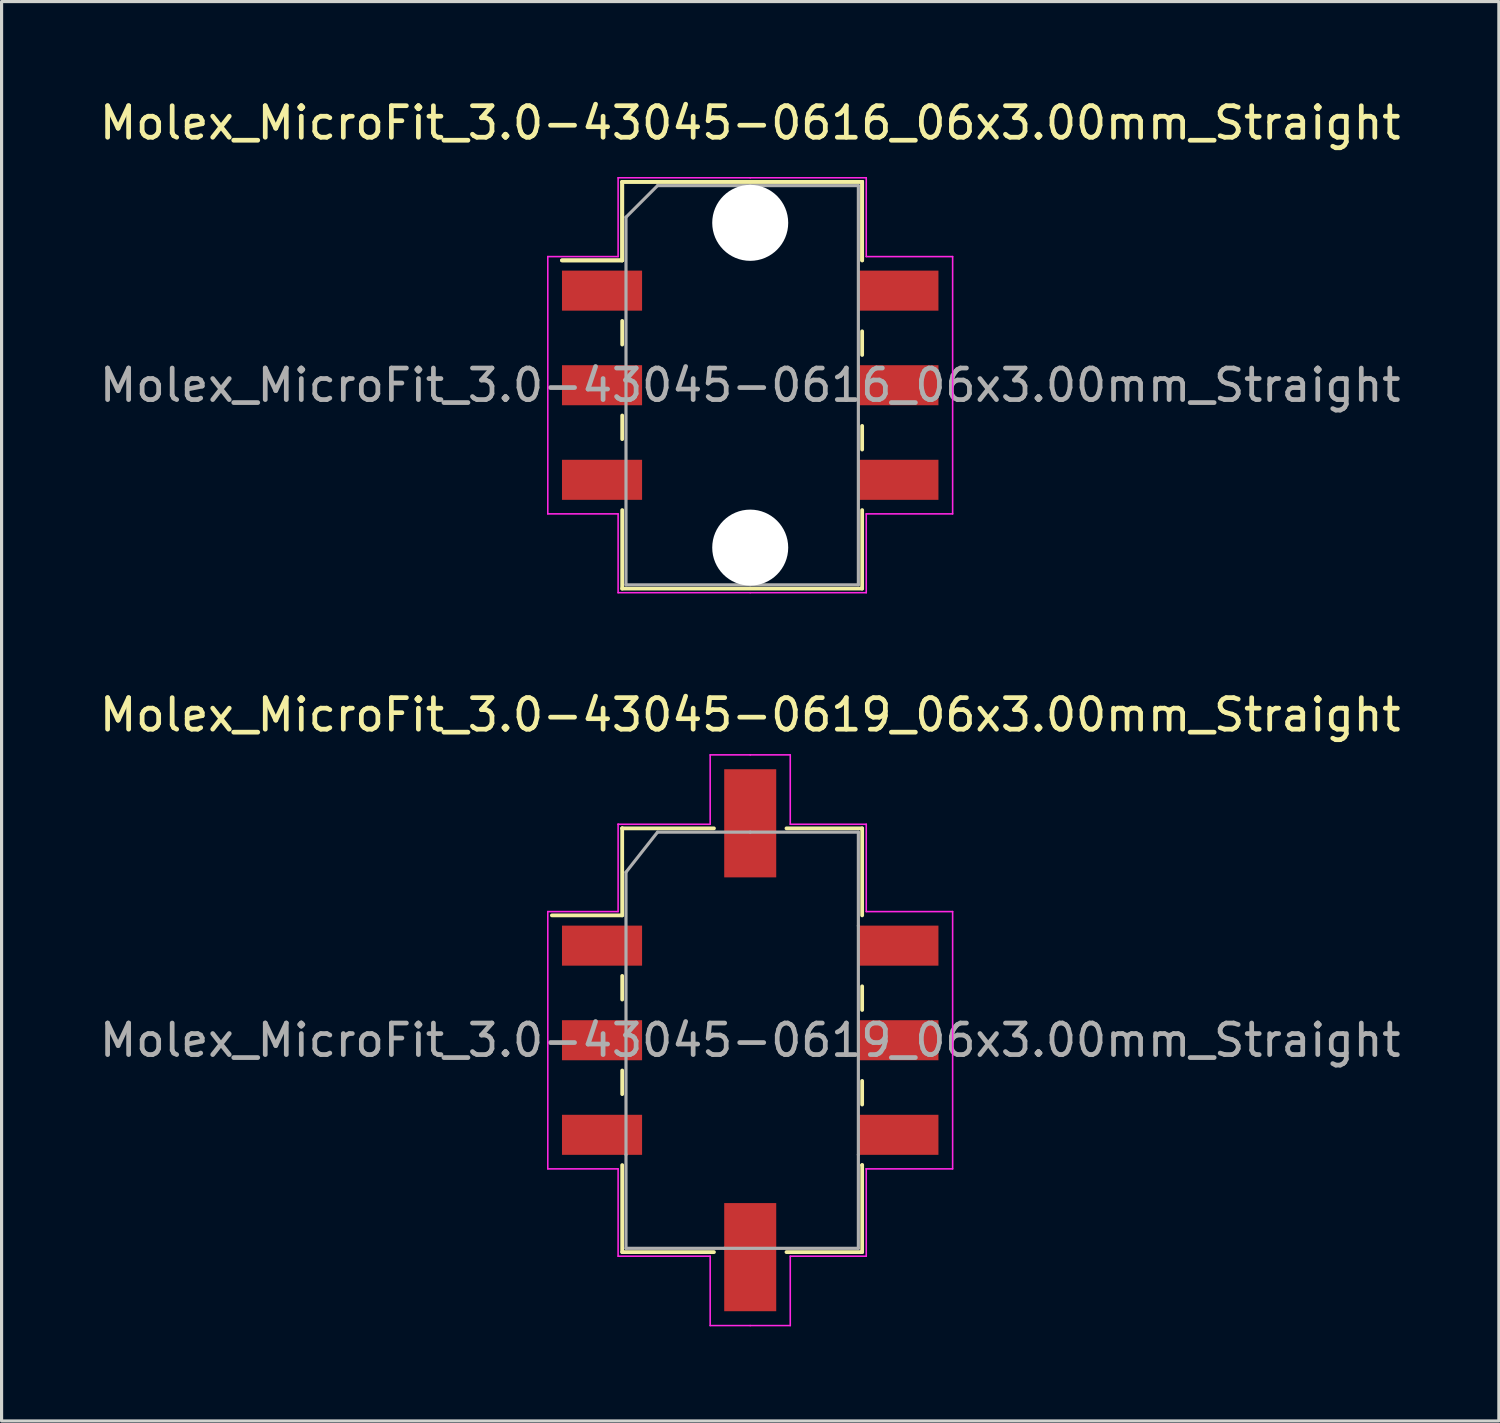
<source format=kicad_pcb>
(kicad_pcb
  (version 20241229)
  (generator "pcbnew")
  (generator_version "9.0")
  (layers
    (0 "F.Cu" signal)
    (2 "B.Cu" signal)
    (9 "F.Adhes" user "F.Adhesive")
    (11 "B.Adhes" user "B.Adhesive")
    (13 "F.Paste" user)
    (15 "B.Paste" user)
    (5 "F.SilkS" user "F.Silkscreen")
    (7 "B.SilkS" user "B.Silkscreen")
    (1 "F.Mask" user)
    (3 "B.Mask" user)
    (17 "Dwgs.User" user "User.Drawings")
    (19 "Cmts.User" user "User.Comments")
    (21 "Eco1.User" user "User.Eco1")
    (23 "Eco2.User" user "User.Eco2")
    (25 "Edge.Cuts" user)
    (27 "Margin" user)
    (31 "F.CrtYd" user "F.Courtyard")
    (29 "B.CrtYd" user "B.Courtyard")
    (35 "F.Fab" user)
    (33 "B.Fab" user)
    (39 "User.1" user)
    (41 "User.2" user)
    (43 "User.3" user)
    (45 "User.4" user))
  (footprint "Molex_MicroFit_3.0-43045-0619_06x3.00mm_Straight"
    (layer "F.Cu")
    (at 20.744 29.942)
    (property "Reference" "Molex_MicroFit_3.0-43045-0619_06x3.00mm_Straight" (at 0 -10.32 0) (layer "F.SilkS") (effects (font (size 1 1) (thickness 0.15))))
    (attr smd)
    (fp_line (start -6.29 -3.96) (end -4.06 -3.96) (stroke (width 0.12) (type solid)) (layer "F.SilkS"))
    (fp_line (start -4.06 -6.72) (end -4.06 -6.72) (stroke (width 0.12) (type solid)) (layer "F.SilkS"))
    (fp_line (start -4.06 -6.72) (end -1.15 -6.72) (stroke (width 0.12) (type solid)) (layer "F.SilkS"))
    (fp_line (start -4.06 -3.96) (end -4.06 -6.72) (stroke (width 0.12) (type solid)) (layer "F.SilkS"))
    (fp_line (start -4.06 -2.04) (end -4.06 -1.29) (stroke (width 0.12) (type solid)) (layer "F.SilkS"))
    (fp_line (start -4.06 0.96) (end -4.06 1.71) (stroke (width 0.12) (type solid)) (layer "F.SilkS"))
    (fp_line (start -4.06 6.72) (end -4.06 3.96) (stroke (width 0.12) (type solid)) (layer "F.SilkS"))
    (fp_line (start -1.15 6.72) (end -4.06 6.72) (stroke (width 0.12) (type solid)) (layer "F.SilkS"))
    (fp_line (start 1.15 -6.72) (end 3.55 -6.72) (stroke (width 0.12) (type solid)) (layer "F.SilkS"))
    (fp_line (start 3.55 -6.72) (end 3.55 -3.96) (stroke (width 0.12) (type solid)) (layer "F.SilkS"))
    (fp_line (start 3.55 -0.96) (end 3.55 -1.71) (stroke (width 0.12) (type solid)) (layer "F.SilkS"))
    (fp_line (start 3.55 2.04) (end 3.55 1.29) (stroke (width 0.12) (type solid)) (layer "F.SilkS"))
    (fp_line (start 3.55 3.96) (end 3.55 3.96) (stroke (width 0.12) (type solid)) (layer "F.SilkS"))
    (fp_line (start 3.55 3.96) (end 3.55 6.72) (stroke (width 0.12) (type solid)) (layer "F.SilkS"))
    (fp_line (start 3.55 6.72) (end 1.15 6.72) (stroke (width 0.12) (type solid)) (layer "F.SilkS"))
    (fp_line (start -6.42 -4.08) (end -4.19 -4.08) (stroke (width 0.05) (type solid)) (layer "F.CrtYd"))
    (fp_line (start -6.42 4.08) (end -6.42 -4.08) (stroke (width 0.05) (type solid)) (layer "F.CrtYd"))
    (fp_line (start -4.19 -6.85) (end -4.19 -6.85) (stroke (width 0.05) (type solid)) (layer "F.CrtYd"))
    (fp_line (start -4.19 -6.85) (end -1.27 -6.85) (stroke (width 0.05) (type solid)) (layer "F.CrtYd"))
    (fp_line (start -4.19 -4.08) (end -4.19 -6.85) (stroke (width 0.05) (type solid)) (layer "F.CrtYd"))
    (fp_line (start -4.19 4.08) (end -6.42 4.08) (stroke (width 0.05) (type solid)) (layer "F.CrtYd"))
    (fp_line (start -4.19 6.85) (end -4.19 4.08) (stroke (width 0.05) (type solid)) (layer "F.CrtYd"))
    (fp_line (start -1.27 -9.05) (end 0 -9.05) (stroke (width 0.05) (type solid)) (layer "F.CrtYd"))
    (fp_line (start -1.27 -6.85) (end -1.27 -9.05) (stroke (width 0.05) (type solid)) (layer "F.CrtYd"))
    (fp_line (start -1.27 6.85) (end -4.19 6.85) (stroke (width 0.05) (type solid)) (layer "F.CrtYd"))
    (fp_line (start -1.27 9.05) (end -1.27 6.85) (stroke (width 0.05) (type solid)) (layer "F.CrtYd"))
    (fp_line (start 0 -9.05) (end 1.27 -9.05) (stroke (width 0.05) (type solid)) (layer "F.CrtYd"))
    (fp_line (start 0 9.05) (end -1.27 9.05) (stroke (width 0.05) (type solid)) (layer "F.CrtYd"))
    (fp_line (start 1.27 -9.05) (end 1.27 -6.85) (stroke (width 0.05) (type solid)) (layer "F.CrtYd"))
    (fp_line (start 1.27 -6.85) (end 3.68 -6.85) (stroke (width 0.05) (type solid)) (layer "F.CrtYd"))
    (fp_line (start 1.27 6.85) (end 1.27 9.05) (stroke (width 0.05) (type solid)) (layer "F.CrtYd"))
    (fp_line (start 1.27 9.05) (end 0 9.05) (stroke (width 0.05) (type solid)) (layer "F.CrtYd"))
    (fp_line (start 3.68 -6.85) (end 3.68 -4.08) (stroke (width 0.05) (type solid)) (layer "F.CrtYd"))
    (fp_line (start 3.68 -4.08) (end 6.42 -4.08) (stroke (width 0.05) (type solid)) (layer "F.CrtYd"))
    (fp_line (start 3.68 4.08) (end 3.68 4.08) (stroke (width 0.05) (type solid)) (layer "F.CrtYd"))
    (fp_line (start 3.68 4.08) (end 3.68 6.85) (stroke (width 0.05) (type solid)) (layer "F.CrtYd"))
    (fp_line (start 3.68 6.85) (end 1.27 6.85) (stroke (width 0.05) (type solid)) (layer "F.CrtYd"))
    (fp_line (start 6.42 -4.08) (end 6.42 4.08) (stroke (width 0.05) (type solid)) (layer "F.CrtYd"))
    (fp_line (start 6.42 4.08) (end 3.68 4.08) (stroke (width 0.05) (type solid)) (layer "F.CrtYd"))
    (fp_line (start -3.94 -5.33) (end -2.94 -6.6) (stroke (width 0.1) (type solid)) (layer "F.Fab"))
    (fp_line (start -3.94 3.63) (end -3.94 -5.33) (stroke (width 0.1) (type solid)) (layer "F.Fab"))
    (fp_line (start -3.94 6.6) (end -3.94 3.63) (stroke (width 0.1) (type solid)) (layer "F.Fab"))
    (fp_line (start -2.94 -6.6) (end 0 -6.6) (stroke (width 0.1) (type solid)) (layer "F.Fab"))
    (fp_line (start -0.82 6.6) (end -3.94 6.6) (stroke (width 0.1) (type solid)) (layer "F.Fab"))
    (fp_line (start 0 -6.6) (end 3.43 -6.6) (stroke (width 0.1) (type solid)) (layer "F.Fab"))
    (fp_line (start 3.43 -6.6) (end 3.43 -3.63) (stroke (width 0.1) (type solid)) (layer "F.Fab"))
    (fp_line (start 3.43 -3.63) (end 3.43 3.63) (stroke (width 0.1) (type solid)) (layer "F.Fab"))
    (fp_line (start 3.43 3.63) (end 3.43 6.6) (stroke (width 0.1) (type solid)) (layer "F.Fab"))
    (fp_line (start 3.43 6.6) (end -0.82 6.6) (stroke (width 0.1) (type solid)) (layer "F.Fab"))
    (fp_text user "${REFERENCE}" (at 0 0 0) (layer "F.Fab") (effects (font (size 1 1) (thickness 0.15))))
    (pad "" smd rect (at 0 -6.88) (size 1.65 3.43) (layers "F.Cu" "F.Mask" "F.Paste"))
    (pad "" smd rect (at 0 6.88) (size 1.65 3.43) (layers "F.Cu" "F.Mask" "F.Paste"))
    (pad "1" smd rect (at -4.7 -3) (size 2.54 1.27) (layers "F.Cu" "F.Mask" "F.Paste"))
    (pad "2" smd rect (at -4.7 0) (size 2.54 1.27) (layers "F.Cu" "F.Mask" "F.Paste"))
    (pad "3" smd rect (at -4.7 3) (size 2.54 1.27) (layers "F.Cu" "F.Mask" "F.Paste"))
    (pad "4" smd rect (at 4.7 3) (size 2.54 1.27) (layers "F.Cu" "F.Mask" "F.Paste"))
    (pad "5" smd rect (at 4.7 0) (size 2.54 1.27) (layers "F.Cu" "F.Mask" "F.Paste"))
    (pad "6" smd rect (at 4.7 -3) (size 2.54 1.27) (layers "F.Cu" "F.Mask" "F.Paste")))
  (footprint "Molex_MicroFit_3.0-43045-0616_06x3.00mm_Straight"
    (layer "F.Cu")
    (at 20.744 9.168)
    (property "Reference" "Molex_MicroFit_3.0-43045-0616_06x3.00mm_Straight" (at 0 -8.32 0) (layer "F.SilkS") (effects (font (size 1 1) (thickness 0.15))))
    (attr smd)
    (fp_line (start -5.97 -3.96) (end -4.06 -3.96) (stroke (width 0.12) (type solid)) (layer "F.SilkS"))
    (fp_line (start -5.97 -3.96) (end -4.06 -3.96) (stroke (width 0.12) (type solid)) (layer "F.SilkS"))
    (fp_line (start -4.06 -6.45) (end 3.55 -6.45) (stroke (width 0.12) (type solid)) (layer "F.SilkS"))
    (fp_line (start -4.06 -6.45) (end 3.55 -6.45) (stroke (width 0.12) (type solid)) (layer "F.SilkS"))
    (fp_line (start -4.06 -3.96) (end -4.06 -6.45) (stroke (width 0.12) (type solid)) (layer "F.SilkS"))
    (fp_line (start -4.06 -3.96) (end -4.06 -6.45) (stroke (width 0.12) (type solid)) (layer "F.SilkS"))
    (fp_line (start -4.06 -2.04) (end -4.06 -1.29) (stroke (width 0.12) (type solid)) (layer "F.SilkS"))
    (fp_line (start -4.06 0.96) (end -4.06 1.71) (stroke (width 0.12) (type solid)) (layer "F.SilkS"))
    (fp_line (start -4.06 6.45) (end -4.06 3.96) (stroke (width 0.12) (type solid)) (layer "F.SilkS"))
    (fp_line (start 3.55 -6.45) (end 3.55 -3.96) (stroke (width 0.12) (type solid)) (layer "F.SilkS"))
    (fp_line (start 3.55 -6.45) (end 3.55 -3.96) (stroke (width 0.12) (type solid)) (layer "F.SilkS"))
    (fp_line (start 3.55 -0.96) (end 3.55 -1.71) (stroke (width 0.12) (type solid)) (layer "F.SilkS"))
    (fp_line (start 3.55 2.04) (end 3.55 1.29) (stroke (width 0.12) (type solid)) (layer "F.SilkS"))
    (fp_line (start 3.55 3.96) (end 3.55 6.45) (stroke (width 0.12) (type solid)) (layer "F.SilkS"))
    (fp_line (start 3.55 6.45) (end -4.06 6.45) (stroke (width 0.12) (type solid)) (layer "F.SilkS"))
    (fp_line (start -6.42 -4.08) (end -4.19 -4.08) (stroke (width 0.05) (type solid)) (layer "F.CrtYd"))
    (fp_line (start -6.42 4.08) (end -6.42 -4.08) (stroke (width 0.05) (type solid)) (layer "F.CrtYd"))
    (fp_line (start -4.19 -6.58) (end 0 -6.58) (stroke (width 0.05) (type solid)) (layer "F.CrtYd"))
    (fp_line (start -4.19 -4.08) (end -4.19 -6.58) (stroke (width 0.05) (type solid)) (layer "F.CrtYd"))
    (fp_line (start -4.19 4.08) (end -6.42 4.08) (stroke (width 0.05) (type solid)) (layer "F.CrtYd"))
    (fp_line (start -4.19 6.58) (end -4.19 4.08) (stroke (width 0.05) (type solid)) (layer "F.CrtYd"))
    (fp_line (start 0 -6.58) (end 3.68 -6.58) (stroke (width 0.05) (type solid)) (layer "F.CrtYd"))
    (fp_line (start 0 6.58) (end -4.19 6.58) (stroke (width 0.05) (type solid)) (layer "F.CrtYd"))
    (fp_line (start 3.68 -6.58) (end 3.68 -4.08) (stroke (width 0.05) (type solid)) (layer "F.CrtYd"))
    (fp_line (start 3.68 -4.08) (end 6.42 -4.08) (stroke (width 0.05) (type solid)) (layer "F.CrtYd"))
    (fp_line (start 3.68 4.08) (end 3.68 6.58) (stroke (width 0.05) (type solid)) (layer "F.CrtYd"))
    (fp_line (start 3.68 6.58) (end 0 6.58) (stroke (width 0.05) (type solid)) (layer "F.CrtYd"))
    (fp_line (start 6.42 -4.08) (end 6.42 4.08) (stroke (width 0.05) (type solid)) (layer "F.CrtYd"))
    (fp_line (start 6.42 4.08) (end 3.68 4.08) (stroke (width 0.05) (type solid)) (layer "F.CrtYd"))
    (fp_line (start -3.94 -5.33) (end -2.94 -6.33) (stroke (width 0.1) (type solid)) (layer "F.Fab"))
    (fp_line (start -3.94 6.33) (end -3.94 -5.33) (stroke (width 0.1) (type solid)) (layer "F.Fab"))
    (fp_line (start -2.94 -6.33) (end 0 -6.33) (stroke (width 0.1) (type solid)) (layer "F.Fab"))
    (fp_line (start 0 -6.33) (end 3.43 -6.33) (stroke (width 0.1) (type solid)) (layer "F.Fab"))
    (fp_line (start 0 6.33) (end -3.94 6.33) (stroke (width 0.1) (type solid)) (layer "F.Fab"))
    (fp_line (start 3.43 -6.33) (end 3.43 6.33) (stroke (width 0.1) (type solid)) (layer "F.Fab"))
    (fp_line (start 3.43 6.33) (end 0 6.33) (stroke (width 0.1) (type solid)) (layer "F.Fab"))
    (fp_text user "${REFERENCE}" (at 0 0 0) (layer "F.Fab") (effects (font (size 1 1) (thickness 0.15))))
    (pad "" np_thru_hole circle (at 0 -5.15) (size 2.41 2.41) (drill 2.41) (layers "*.Cu"))
    (pad "" np_thru_hole circle (at 0 5.15) (size 2.41 2.41) (drill 2.41) (layers "*.Cu"))
    (pad "1" smd rect (at -4.7 -3) (size 2.54 1.27) (layers "F.Cu" "F.Mask" "F.Paste"))
    (pad "2" smd rect (at -4.7 0) (size 2.54 1.27) (layers "F.Cu" "F.Mask" "F.Paste"))
    (pad "3" smd rect (at -4.7 3) (size 2.54 1.27) (layers "F.Cu" "F.Mask" "F.Paste"))
    (pad "4" smd rect (at 4.7 3) (size 2.54 1.27) (layers "F.Cu" "F.Mask" "F.Paste"))
    (pad "5" smd rect (at 4.7 0) (size 2.54 1.27) (layers "F.Cu" "F.Mask" "F.Paste"))
    (pad "6" smd rect (at 4.7 -3) (size 2.54 1.27) (layers "F.Cu" "F.Mask" "F.Paste")))
  (gr_rect
    (start -3 -3)
    (end 44.488 42.017)
    (stroke (width 0.1) (type default))
    (fill no)
    (layer "Edge.Cuts")))
</source>
